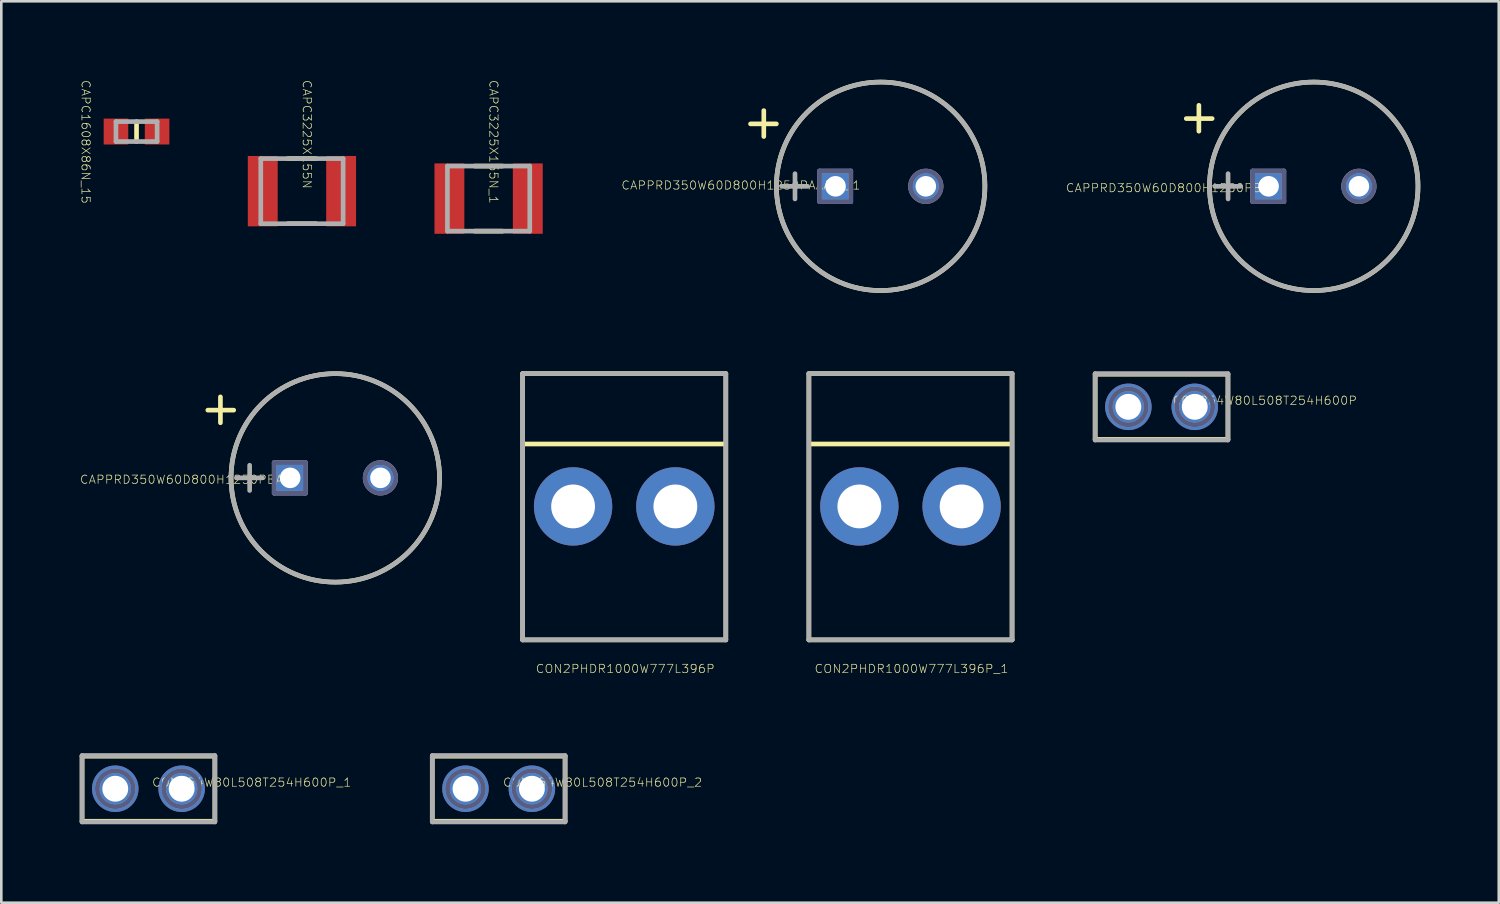
<source format=kicad_pcb>
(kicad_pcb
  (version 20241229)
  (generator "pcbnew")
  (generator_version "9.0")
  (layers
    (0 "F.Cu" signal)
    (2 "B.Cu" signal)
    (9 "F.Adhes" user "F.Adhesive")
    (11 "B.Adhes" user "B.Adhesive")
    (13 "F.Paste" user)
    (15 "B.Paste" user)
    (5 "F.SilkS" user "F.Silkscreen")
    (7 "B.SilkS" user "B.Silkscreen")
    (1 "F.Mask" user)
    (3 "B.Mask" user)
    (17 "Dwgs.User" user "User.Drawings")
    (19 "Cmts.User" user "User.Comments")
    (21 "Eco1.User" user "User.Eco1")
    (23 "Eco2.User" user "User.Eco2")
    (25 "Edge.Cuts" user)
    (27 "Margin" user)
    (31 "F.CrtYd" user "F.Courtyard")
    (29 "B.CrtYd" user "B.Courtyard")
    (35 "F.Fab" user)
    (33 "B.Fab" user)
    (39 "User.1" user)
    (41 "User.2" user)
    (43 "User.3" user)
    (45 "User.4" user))
  (footprint "CON2PHDR1000W777L396P_1"
    (layer "F.Cu")
    (at 31.778 16.322)
    (property "Reference" "CON2PHDR1000W777L396P_1" (at 0.038 6.21 0) (unlocked yes) (layer "F.SilkS") (effects (font (size 0.317 0.333) (thickness 0.025))))
    (attr smd)
    (fp_line (start -3.886 -5.08) (end 3.886 -5.08) (stroke (width 0.178) (type solid)) (layer "F.SilkS"))
    (fp_line (start -3.886 5.105) (end -3.886 -5.08) (stroke (width 0.178) (type solid)) (layer "F.SilkS"))
    (fp_line (start -3.886 5.105) (end 3.886 5.105) (stroke (width 0.178) (type solid)) (layer "F.SilkS"))
    (fp_line (start -3.835 -2.388) (end 3.835 -2.388) (stroke (width 0.178) (type solid)) (layer "F.SilkS"))
    (fp_line (start 3.886 5.105) (end 3.886 -5.08) (stroke (width 0.178) (type solid)) (layer "F.SilkS"))
    (fp_circle (center -1.956 0) (end -1.27 0) (stroke (width 0.178) (type solid)) (fill no) (layer "B.Fab"))
    (fp_circle (center 1.956 0) (end 2.642 0) (stroke (width 0.178) (type solid)) (fill no) (layer "B.Fab"))
    (fp_line (start -3.886 -5.08) (end 3.886 -5.08) (stroke (width 0.178) (type solid)) (layer "F.Fab"))
    (fp_line (start -3.886 5.105) (end -3.886 -5.08) (stroke (width 0.178) (type solid)) (layer "F.Fab"))
    (fp_line (start -3.886 5.105) (end 3.886 5.105) (stroke (width 0.178) (type solid)) (layer "F.Fab"))
    (fp_line (start 3.886 5.105) (end 3.886 -5.08) (stroke (width 0.178) (type solid)) (layer "F.Fab"))
    (fp_circle (center -1.956 0) (end -1.27 0) (stroke (width 0.178) (type solid)) (fill no) (layer "F.Fab"))
    (fp_circle (center 1.956 0) (end 2.642 0) (stroke (width 0.178) (type solid)) (fill no) (layer "F.Fab"))
    (pad "1" thru_hole circle (at -1.956 0) (size 2.997 2.997) (drill 1.676) (layers "*.Cu" "*.Mask"))
    (pad "2" thru_hole circle (at 1.956 0) (size 2.997 2.997) (drill 1.676) (layers "*.Cu" "*.Mask")))
  (footprint "CON254W80L508T254H600P_2"
    (layer "F.Cu")
    (at 16.026 27.121)
    (property "Reference" "CON254W80L508T254H600P_2" (at 3.975 -0.241 0) (unlocked yes) (layer "F.SilkS") (effects (font (size 0.317 0.333) (thickness 0.025))))
    (attr smd)
    (fp_line (start -2.54 -1.245) (end 2.54 -1.245) (stroke (width 0.178) (type solid)) (layer "F.SilkS"))
    (fp_line (start -2.54 1.245) (end -2.54 -1.245) (stroke (width 0.178) (type solid)) (layer "F.SilkS"))
    (fp_line (start -2.54 1.245) (end 2.54 1.245) (stroke (width 0.178) (type solid)) (layer "F.SilkS"))
    (fp_line (start 2.54 1.245) (end 2.54 -1.245) (stroke (width 0.178) (type solid)) (layer "F.SilkS"))
    (fp_circle (center -1.27 0) (end -0.584 0) (stroke (width 0.178) (type solid)) (fill no) (layer "B.Fab"))
    (fp_circle (center 1.27 0) (end 1.956 0) (stroke (width 0.178) (type solid)) (fill no) (layer "B.Fab"))
    (fp_line (start -2.54 -1.27) (end 2.54 -1.27) (stroke (width 0.178) (type solid)) (layer "F.Fab"))
    (fp_line (start -2.54 1.27) (end -2.54 -1.27) (stroke (width 0.178) (type solid)) (layer "F.Fab"))
    (fp_line (start -2.54 1.27) (end 2.54 1.27) (stroke (width 0.178) (type solid)) (layer "F.Fab"))
    (fp_line (start 2.54 1.27) (end 2.54 -1.27) (stroke (width 0.178) (type solid)) (layer "F.Fab"))
    (fp_circle (center -1.27 0) (end -0.584 0) (stroke (width 0.178) (type solid)) (fill no) (layer "F.Fab"))
    (fp_circle (center 1.27 0) (end 1.956 0) (stroke (width 0.178) (type solid)) (fill no) (layer "F.Fab"))
    (pad "1" thru_hole circle (at -1.27 0) (size 1.778 1.778) (drill 0.991) (layers "*.Cu" "*.Mask"))
    (pad "2" thru_hole circle (at 1.27 0) (size 1.778 1.778) (drill 0.991) (layers "*.Cu" "*.Mask")))
  (footprint "CAPPRD350W60D800H1250PBA_1"
    (layer "F.Cu")
    (at 9.776 15.23)
    (property "Reference" "CAPPRD350W60D800H1250PBA_1" (at -5.601 0.064 0) (unlocked yes) (layer "F.SilkS") (effects (font (size 0.317 0.333) (thickness 0.025))))
    (attr smd)
    (fp_line (start -4.877 -2.591) (end -3.886 -2.591) (stroke (width 0.178) (type solid)) (layer "F.SilkS"))
    (fp_line (start -4.394 -2.108) (end -4.394 -3.099) (stroke (width 0.178) (type solid)) (layer "F.SilkS"))
    (fp_circle (center 0 0) (end 3.988 0) (stroke (width 0.178) (type solid)) (fill no) (layer "F.SilkS"))
    (fp_line (start -2.337 -0.584) (end -1.143 -0.584) (stroke (width 0.178) (type solid)) (layer "B.Fab"))
    (fp_line (start -2.337 0.584) (end -2.337 -0.584) (stroke (width 0.178) (type solid)) (layer "B.Fab"))
    (fp_line (start -2.337 0.584) (end -1.143 0.584) (stroke (width 0.178) (type solid)) (layer "B.Fab"))
    (fp_line (start -1.143 0.584) (end -1.143 -0.584) (stroke (width 0.178) (type solid)) (layer "B.Fab"))
    (fp_circle (center 1.727 0) (end 2.311 0) (stroke (width 0.178) (type solid)) (fill no) (layer "B.Fab"))
    (fp_line (start -3.785 0) (end -2.794 0) (stroke (width 0.178) (type solid)) (layer "F.Fab"))
    (fp_line (start -3.277 0.483) (end -3.277 -0.483) (stroke (width 0.178) (type solid)) (layer "F.Fab"))
    (fp_line (start -2.337 -0.584) (end -1.143 -0.584) (stroke (width 0.178) (type solid)) (layer "F.Fab"))
    (fp_line (start -2.337 0.584) (end -2.337 -0.584) (stroke (width 0.178) (type solid)) (layer "F.Fab"))
    (fp_line (start -2.337 0.584) (end -1.143 0.584) (stroke (width 0.178) (type solid)) (layer "F.Fab"))
    (fp_line (start -1.143 0.584) (end -1.143 -0.584) (stroke (width 0.178) (type solid)) (layer "F.Fab"))
    (fp_circle (center 0 0) (end 3.988 0) (stroke (width 0.178) (type solid)) (fill no) (layer "F.Fab"))
    (fp_circle (center 1.727 0) (end 2.311 0) (stroke (width 0.178) (type solid)) (fill no) (layer "F.Fab"))
    (pad "1" thru_hole rect (at -1.727 0) (size 1.295 1.295) (drill 0.787) (layers "*.Cu" "*.Mask"))
    (pad "2" thru_hole circle (at 1.727 0) (size 1.295 1.295) (drill 0.787) (layers "*.Cu" "*.Mask")))
  (footprint "CAPC3225X155N_1"
    (layer "F.Cu")
    (at 15.64 4.547)
    (property "Reference" "CAPC3225X155N_1" (at 0.191 -2.172 270) (unlocked yes) (layer "F.SilkS") (effects (font (size 0.317 0.333) (thickness 0.025))))
    (attr smd)
    (fp_line (start 0.533 -1.245) (end -0.533 -1.245) (stroke (width 0.178) (type solid)) (layer "F.SilkS"))
    (fp_line (start 0.533 1.245) (end -0.533 1.245) (stroke (width 0.178) (type solid)) (layer "F.SilkS"))
    (fp_line (start -1.575 -1.245) (end -1.575 1.245) (stroke (width 0.178) (type solid)) (layer "F.Fab"))
    (fp_line (start 1.575 -1.245) (end -1.575 -1.245) (stroke (width 0.178) (type solid)) (layer "F.Fab"))
    (fp_line (start 1.575 -1.245) (end 1.575 1.245) (stroke (width 0.178) (type solid)) (layer "F.Fab"))
    (fp_line (start 1.575 1.245) (end -1.575 1.245) (stroke (width 0.178) (type solid)) (layer "F.Fab"))
    (pad "1" smd rect (at 1.499 0 90) (size 2.692 1.143) (layers "F.Cu" "F.Mask" "F.Paste"))
    (pad "2" smd rect (at -1.499 0 90) (size 2.692 1.143) (layers "F.Cu" "F.Mask" "F.Paste")))
  (footprint "CAPPRD350W60D800H1250PAAAAA_1"
    (layer "F.Cu")
    (at 30.637 4.077)
    (property "Reference" "CAPPRD350W60D800H1250PAAAAA_1" (at -5.347 -0.038 0) (unlocked yes) (layer "F.SilkS") (effects (font (size 0.317 0.333) (thickness 0.025))))
    (attr smd)
    (fp_line (start -4.978 -2.388) (end -3.988 -2.388) (stroke (width 0.178) (type solid)) (layer "F.SilkS"))
    (fp_line (start -4.47 -1.905) (end -4.47 -2.896) (stroke (width 0.178) (type solid)) (layer "F.SilkS"))
    (fp_circle (center 0 0) (end 3.988 0) (stroke (width 0.178) (type solid)) (fill no) (layer "F.SilkS"))
    (fp_line (start -2.337 -0.584) (end -1.143 -0.584) (stroke (width 0.178) (type solid)) (layer "B.Fab"))
    (fp_line (start -2.337 0.584) (end -2.337 -0.584) (stroke (width 0.178) (type solid)) (layer "B.Fab"))
    (fp_line (start -2.337 0.584) (end -1.143 0.584) (stroke (width 0.178) (type solid)) (layer "B.Fab"))
    (fp_line (start -1.143 0.584) (end -1.143 -0.584) (stroke (width 0.178) (type solid)) (layer "B.Fab"))
    (fp_circle (center 1.727 0) (end 2.311 0) (stroke (width 0.178) (type solid)) (fill no) (layer "B.Fab"))
    (fp_line (start -3.785 0) (end -2.794 0) (stroke (width 0.178) (type solid)) (layer "F.Fab"))
    (fp_line (start -3.277 0.483) (end -3.277 -0.483) (stroke (width 0.178) (type solid)) (layer "F.Fab"))
    (fp_line (start -2.337 -0.584) (end -1.143 -0.584) (stroke (width 0.178) (type solid)) (layer "F.Fab"))
    (fp_line (start -2.337 0.584) (end -2.337 -0.584) (stroke (width 0.178) (type solid)) (layer "F.Fab"))
    (fp_line (start -2.337 0.584) (end -1.143 0.584) (stroke (width 0.178) (type solid)) (layer "F.Fab"))
    (fp_line (start -1.143 0.584) (end -1.143 -0.584) (stroke (width 0.178) (type solid)) (layer "F.Fab"))
    (fp_circle (center 0 0) (end 3.988 0) (stroke (width 0.178) (type solid)) (fill no) (layer "F.Fab"))
    (fp_circle (center 1.727 0) (end 2.311 0) (stroke (width 0.178) (type solid)) (fill no) (layer "F.Fab"))
    (pad "1" thru_hole rect (at -1.727 0) (size 1.295 1.295) (drill 0.787) (layers "*.Cu" "*.Mask"))
    (pad "2" thru_hole circle (at 1.727 0) (size 1.295 1.295) (drill 0.787) (layers "*.Cu" "*.Mask")))
  (footprint "CAPC1608X86N_15"
    (layer "F.Cu")
    (at 2.173 1.982)
    (property "Reference" "CAPC1608X86N_15" (at -1.943 0.394 270) (unlocked yes) (layer "F.SilkS") (effects (font (size 0.317 0.333) (thickness 0.025))))
    (attr smd)
    (fp_line (start 0 -0.381) (end 0 0.381) (stroke (width 0.178) (type solid)) (layer "F.SilkS"))
    (fp_line (start -0.787 -0.381) (end -0.787 0.381) (stroke (width 0.178) (type solid)) (layer "F.Fab"))
    (fp_line (start 0.787 -0.381) (end -0.787 -0.381) (stroke (width 0.178) (type solid)) (layer "F.Fab"))
    (fp_line (start 0.787 -0.381) (end 0.787 0.381) (stroke (width 0.178) (type solid)) (layer "F.Fab"))
    (fp_line (start 0.787 0.381) (end -0.787 0.381) (stroke (width 0.178) (type solid)) (layer "F.Fab"))
    (pad "1" smd rect (at 0.787 0 90) (size 0.991 0.94) (layers "F.Cu" "F.Mask" "F.Paste"))
    (pad "2" smd rect (at -0.787 0 90) (size 0.991 0.94) (layers "F.Cu" "F.Mask" "F.Paste")))
  (footprint "CAPPRD350W60D800H1250PBA"
    (layer "F.Cu")
    (at 47.204 4.077)
    (property "Reference" "CAPPRD350W60D800H1250PBA" (at -5.601 0.064 0) (unlocked yes) (layer "F.SilkS") (effects (font (size 0.317 0.333) (thickness 0.025))))
    (attr smd)
    (fp_line (start -4.877 -2.591) (end -3.886 -2.591) (stroke (width 0.178) (type solid)) (layer "F.SilkS"))
    (fp_line (start -4.394 -2.108) (end -4.394 -3.099) (stroke (width 0.178) (type solid)) (layer "F.SilkS"))
    (fp_circle (center 0 0) (end 3.988 0) (stroke (width 0.178) (type solid)) (fill no) (layer "F.SilkS"))
    (fp_line (start -2.337 -0.584) (end -1.143 -0.584) (stroke (width 0.178) (type solid)) (layer "B.Fab"))
    (fp_line (start -2.337 0.584) (end -2.337 -0.584) (stroke (width 0.178) (type solid)) (layer "B.Fab"))
    (fp_line (start -2.337 0.584) (end -1.143 0.584) (stroke (width 0.178) (type solid)) (layer "B.Fab"))
    (fp_line (start -1.143 0.584) (end -1.143 -0.584) (stroke (width 0.178) (type solid)) (layer "B.Fab"))
    (fp_circle (center 1.727 0) (end 2.311 0) (stroke (width 0.178) (type solid)) (fill no) (layer "B.Fab"))
    (fp_line (start -3.785 0) (end -2.794 0) (stroke (width 0.178) (type solid)) (layer "F.Fab"))
    (fp_line (start -3.277 0.483) (end -3.277 -0.483) (stroke (width 0.178) (type solid)) (layer "F.Fab"))
    (fp_line (start -2.337 -0.584) (end -1.143 -0.584) (stroke (width 0.178) (type solid)) (layer "F.Fab"))
    (fp_line (start -2.337 0.584) (end -2.337 -0.584) (stroke (width 0.178) (type solid)) (layer "F.Fab"))
    (fp_line (start -2.337 0.584) (end -1.143 0.584) (stroke (width 0.178) (type solid)) (layer "F.Fab"))
    (fp_line (start -1.143 0.584) (end -1.143 -0.584) (stroke (width 0.178) (type solid)) (layer "F.Fab"))
    (fp_circle (center 0 0) (end 3.988 0) (stroke (width 0.178) (type solid)) (fill no) (layer "F.Fab"))
    (fp_circle (center 1.727 0) (end 2.311 0) (stroke (width 0.178) (type solid)) (fill no) (layer "F.Fab"))
    (pad "1" thru_hole rect (at -1.727 0) (size 1.295 1.295) (drill 0.787) (layers "*.Cu" "*.Mask"))
    (pad "2" thru_hole circle (at 1.727 0) (size 1.295 1.295) (drill 0.787) (layers "*.Cu" "*.Mask")))
  (footprint "CON254W80L508T254H600P_1"
    (layer "F.Cu")
    (at 2.629 27.121)
    (property "Reference" "CON254W80L508T254H600P_1" (at 3.95 -0.241 0) (unlocked yes) (layer "F.SilkS") (effects (font (size 0.317 0.333) (thickness 0.025))))
    (attr smd)
    (fp_line (start -2.54 -1.245) (end 2.54 -1.245) (stroke (width 0.178) (type solid)) (layer "F.SilkS"))
    (fp_line (start -2.54 1.245) (end -2.54 -1.245) (stroke (width 0.178) (type solid)) (layer "F.SilkS"))
    (fp_line (start -2.54 1.245) (end 2.54 1.245) (stroke (width 0.178) (type solid)) (layer "F.SilkS"))
    (fp_line (start 2.54 1.245) (end 2.54 -1.245) (stroke (width 0.178) (type solid)) (layer "F.SilkS"))
    (fp_circle (center -1.27 0) (end -0.584 0) (stroke (width 0.178) (type solid)) (fill no) (layer "B.Fab"))
    (fp_circle (center 1.27 0) (end 1.956 0) (stroke (width 0.178) (type solid)) (fill no) (layer "B.Fab"))
    (fp_line (start -2.54 -1.27) (end 2.54 -1.27) (stroke (width 0.178) (type solid)) (layer "F.Fab"))
    (fp_line (start -2.54 1.27) (end -2.54 -1.27) (stroke (width 0.178) (type solid)) (layer "F.Fab"))
    (fp_line (start -2.54 1.27) (end 2.54 1.27) (stroke (width 0.178) (type solid)) (layer "F.Fab"))
    (fp_line (start 2.54 1.27) (end 2.54 -1.27) (stroke (width 0.178) (type solid)) (layer "F.Fab"))
    (fp_circle (center -1.27 0) (end -0.584 0) (stroke (width 0.178) (type solid)) (fill no) (layer "F.Fab"))
    (fp_circle (center 1.27 0) (end 1.956 0) (stroke (width 0.178) (type solid)) (fill no) (layer "F.Fab"))
    (pad "1" thru_hole circle (at -1.27 0) (size 1.778 1.778) (drill 0.991) (layers "*.Cu" "*.Mask"))
    (pad "2" thru_hole circle (at 1.27 0) (size 1.778 1.778) (drill 0.991) (layers "*.Cu" "*.Mask")))
  (footprint "CAPC3225X155N"
    (layer "F.Cu")
    (at 8.5 4.262)
    (property "Reference" "CAPC3225X155N" (at 0.191 -2.172 270) (unlocked yes) (layer "F.SilkS") (effects (font (size 0.317 0.333) (thickness 0.025))))
    (attr smd)
    (fp_line (start 0.533 -1.245) (end -0.533 -1.245) (stroke (width 0.178) (type solid)) (layer "F.SilkS"))
    (fp_line (start 0.533 1.245) (end -0.533 1.245) (stroke (width 0.178) (type solid)) (layer "F.SilkS"))
    (fp_line (start -1.575 -1.245) (end -1.575 1.245) (stroke (width 0.178) (type solid)) (layer "F.Fab"))
    (fp_line (start 1.575 -1.245) (end -1.575 -1.245) (stroke (width 0.178) (type solid)) (layer "F.Fab"))
    (fp_line (start 1.575 -1.245) (end 1.575 1.245) (stroke (width 0.178) (type solid)) (layer "F.Fab"))
    (fp_line (start 1.575 1.245) (end -1.575 1.245) (stroke (width 0.178) (type solid)) (layer "F.Fab"))
    (pad "1" smd rect (at 1.499 0 90) (size 2.692 1.143) (layers "F.Cu" "F.Mask" "F.Paste"))
    (pad "2" smd rect (at -1.499 0 90) (size 2.692 1.143) (layers "F.Cu" "F.Mask" "F.Paste")))
  (footprint "CON2PHDR1000W777L396P"
    (layer "F.Cu")
    (at 20.828 16.322)
    (property "Reference" "CON2PHDR1000W777L396P" (at 0.038 6.21 0) (unlocked yes) (layer "F.SilkS") (effects (font (size 0.317 0.333) (thickness 0.025))))
    (attr smd)
    (fp_line (start -3.886 -5.08) (end 3.886 -5.08) (stroke (width 0.178) (type solid)) (layer "F.SilkS"))
    (fp_line (start -3.886 5.105) (end -3.886 -5.08) (stroke (width 0.178) (type solid)) (layer "F.SilkS"))
    (fp_line (start -3.886 5.105) (end 3.886 5.105) (stroke (width 0.178) (type solid)) (layer "F.SilkS"))
    (fp_line (start -3.835 -2.388) (end 3.835 -2.388) (stroke (width 0.178) (type solid)) (layer "F.SilkS"))
    (fp_line (start 3.886 5.105) (end 3.886 -5.08) (stroke (width 0.178) (type solid)) (layer "F.SilkS"))
    (fp_circle (center -1.956 0) (end -1.27 0) (stroke (width 0.178) (type solid)) (fill no) (layer "B.Fab"))
    (fp_circle (center 1.956 0) (end 2.642 0) (stroke (width 0.178) (type solid)) (fill no) (layer "B.Fab"))
    (fp_line (start -3.886 -5.08) (end 3.886 -5.08) (stroke (width 0.178) (type solid)) (layer "F.Fab"))
    (fp_line (start -3.886 5.105) (end -3.886 -5.08) (stroke (width 0.178) (type solid)) (layer "F.Fab"))
    (fp_line (start -3.886 5.105) (end 3.886 5.105) (stroke (width 0.178) (type solid)) (layer "F.Fab"))
    (fp_line (start 3.886 5.105) (end 3.886 -5.08) (stroke (width 0.178) (type solid)) (layer "F.Fab"))
    (fp_circle (center -1.956 0) (end -1.27 0) (stroke (width 0.178) (type solid)) (fill no) (layer "F.Fab"))
    (fp_circle (center 1.956 0) (end 2.642 0) (stroke (width 0.178) (type solid)) (fill no) (layer "F.Fab"))
    (pad "1" thru_hole circle (at -1.956 0) (size 2.997 2.997) (drill 1.676) (layers "*.Cu" "*.Mask"))
    (pad "2" thru_hole circle (at 1.956 0) (size 2.997 2.997) (drill 1.676) (layers "*.Cu" "*.Mask")))
  (footprint "CON254W80L508T254H600P"
    (layer "F.Cu")
    (at 41.382 12.512)
    (property "Reference" "CON254W80L508T254H600P" (at 3.95 -0.241 0) (unlocked yes) (layer "F.SilkS") (effects (font (size 0.317 0.333) (thickness 0.025))))
    (attr smd)
    (fp_line (start -2.54 -1.245) (end 2.54 -1.245) (stroke (width 0.178) (type solid)) (layer "F.SilkS"))
    (fp_line (start -2.54 1.245) (end -2.54 -1.245) (stroke (width 0.178) (type solid)) (layer "F.SilkS"))
    (fp_line (start -2.54 1.245) (end 2.54 1.245) (stroke (width 0.178) (type solid)) (layer "F.SilkS"))
    (fp_line (start 2.54 1.245) (end 2.54 -1.245) (stroke (width 0.178) (type solid)) (layer "F.SilkS"))
    (fp_circle (center -1.27 0) (end -0.584 0) (stroke (width 0.178) (type solid)) (fill no) (layer "B.Fab"))
    (fp_circle (center 1.27 0) (end 1.956 0) (stroke (width 0.178) (type solid)) (fill no) (layer "B.Fab"))
    (fp_line (start -2.54 -1.27) (end 2.54 -1.27) (stroke (width 0.178) (type solid)) (layer "F.Fab"))
    (fp_line (start -2.54 1.27) (end -2.54 -1.27) (stroke (width 0.178) (type solid)) (layer "F.Fab"))
    (fp_line (start -2.54 1.27) (end 2.54 1.27) (stroke (width 0.178) (type solid)) (layer "F.Fab"))
    (fp_line (start 2.54 1.27) (end 2.54 -1.27) (stroke (width 0.178) (type solid)) (layer "F.Fab"))
    (fp_circle (center -1.27 0) (end -0.584 0) (stroke (width 0.178) (type solid)) (fill no) (layer "F.Fab"))
    (fp_circle (center 1.27 0) (end 1.956 0) (stroke (width 0.178) (type solid)) (fill no) (layer "F.Fab"))
    (pad "1" thru_hole circle (at -1.27 0) (size 1.778 1.778) (drill 0.991) (layers "*.Cu" "*.Mask"))
    (pad "2" thru_hole circle (at 1.27 0) (size 1.778 1.778) (drill 0.991) (layers "*.Cu" "*.Mask")))
  (gr_rect
    (start -3 -3)
    (end 54.281 31.48)
    (stroke (width 0.1) (type default))
    (fill no)
    (layer "Edge.Cuts")))
</source>
